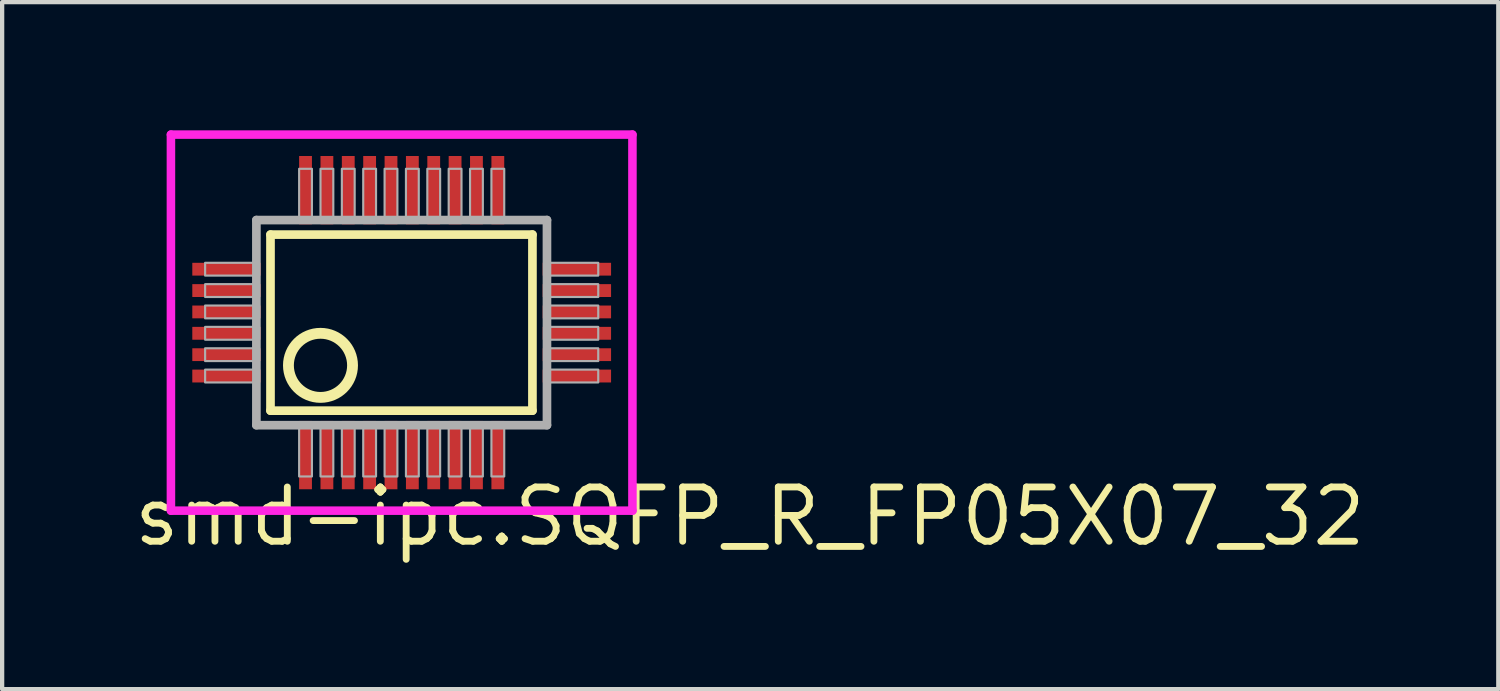
<source format=kicad_pcb>
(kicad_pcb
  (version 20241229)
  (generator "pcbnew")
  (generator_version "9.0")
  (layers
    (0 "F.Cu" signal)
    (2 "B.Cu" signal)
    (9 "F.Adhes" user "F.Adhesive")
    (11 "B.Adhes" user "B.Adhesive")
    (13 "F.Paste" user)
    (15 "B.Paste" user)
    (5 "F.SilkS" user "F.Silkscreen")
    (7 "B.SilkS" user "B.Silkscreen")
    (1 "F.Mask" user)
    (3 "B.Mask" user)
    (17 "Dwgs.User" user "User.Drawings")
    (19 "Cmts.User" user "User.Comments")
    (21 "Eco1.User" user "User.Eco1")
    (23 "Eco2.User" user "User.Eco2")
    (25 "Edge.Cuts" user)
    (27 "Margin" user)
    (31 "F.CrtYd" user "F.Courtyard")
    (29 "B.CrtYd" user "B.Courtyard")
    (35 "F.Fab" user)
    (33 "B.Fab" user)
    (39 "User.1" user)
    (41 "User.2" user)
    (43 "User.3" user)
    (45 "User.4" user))
  (footprint "smd-ipc.SQFP_R_FP05X07_32"
    (layer "F.Cu")
    (at 6.35 4.5)
    (property "Reference" "smd-ipc.SQFP_R_FP05X07_32" (at -6.35 5.28 0) (layer "F.SilkS") (effects (font (size 1.27 1.27) (thickness 0.16)) (justify left bottom)))
    (attr smd)
    (fp_line (start -3.07 -2.06) (end 3.06 -2.06) (stroke (width 0.203) (type default)) (layer "F.SilkS"))
    (fp_line (start -3.07 2.06) (end -3.07 -2.06) (stroke (width 0.203) (type default)) (layer "F.SilkS"))
    (fp_line (start 3.06 -2.06) (end 3.06 2.06) (stroke (width 0.203) (type default)) (layer "F.SilkS"))
    (fp_line (start 3.06 2.06) (end -3.07 2.06) (stroke (width 0.203) (type default)) (layer "F.SilkS"))
    (fp_circle (center -1.9 1) (end -1.15 1) (stroke (width 0.254) (type default)) (fill no) (layer "F.SilkS"))
    (fp_line (start -5.4 -4.4) (end 5.4 -4.4) (stroke (width 0.2) (type default)) (layer "F.CrtYd"))
    (fp_line (start -5.4 4.4) (end -5.4 -4.4) (stroke (width 0.2) (type default)) (layer "F.CrtYd"))
    (fp_line (start 5.4 -4.4) (end 5.4 4.4) (stroke (width 0.2) (type default)) (layer "F.CrtYd"))
    (fp_line (start 5.4 4.4) (end -5.4 4.4) (stroke (width 0.2) (type default)) (layer "F.CrtYd"))
    (fp_line (start -3.4 -2.4) (end -3.4 2.4) (stroke (width 0.203) (type default)) (layer "F.Fab"))
    (fp_line (start -3.4 2.4) (end 3.4 2.4) (stroke (width 0.203) (type default)) (layer "F.Fab"))
    (fp_line (start 3.4 -2.4) (end -3.4 -2.4) (stroke (width 0.203) (type default)) (layer "F.Fab"))
    (fp_line (start 3.4 2.4) (end 3.4 -2.4) (stroke (width 0.203) (type default)) (layer "F.Fab"))
    (fp_rect (start -4.6 -1.1) (end -3.4 -1.4) (stroke (width 0.05) (type default)) (fill no) (layer "F.Fab"))
    (fp_rect (start -4.6 -0.6) (end -3.4 -0.9) (stroke (width 0.05) (type default)) (fill no) (layer "F.Fab"))
    (fp_rect (start -4.6 -0.1) (end -3.4 -0.4) (stroke (width 0.05) (type default)) (fill no) (layer "F.Fab"))
    (fp_rect (start -4.6 0.4) (end -3.4 0.1) (stroke (width 0.05) (type default)) (fill no) (layer "F.Fab"))
    (fp_rect (start -4.6 0.9) (end -3.4 0.6) (stroke (width 0.05) (type default)) (fill no) (layer "F.Fab"))
    (fp_rect (start -4.6 1.4) (end -3.4 1.1) (stroke (width 0.05) (type default)) (fill no) (layer "F.Fab"))
    (fp_rect (start -2.4 -2.45) (end -2.1 -3.6) (stroke (width 0.05) (type default)) (fill no) (layer "F.Fab"))
    (fp_rect (start -2.4 3.6) (end -2.1 2.45) (stroke (width 0.05) (type default)) (fill no) (layer "F.Fab"))
    (fp_rect (start -1.9 -2.45) (end -1.6 -3.6) (stroke (width 0.05) (type default)) (fill no) (layer "F.Fab"))
    (fp_rect (start -1.9 3.6) (end -1.6 2.45) (stroke (width 0.05) (type default)) (fill no) (layer "F.Fab"))
    (fp_rect (start -1.4 -2.45) (end -1.1 -3.6) (stroke (width 0.05) (type default)) (fill no) (layer "F.Fab"))
    (fp_rect (start -1.4 3.6) (end -1.1 2.45) (stroke (width 0.05) (type default)) (fill no) (layer "F.Fab"))
    (fp_rect (start -0.9 -2.45) (end -0.6 -3.6) (stroke (width 0.05) (type default)) (fill no) (layer "F.Fab"))
    (fp_rect (start -0.9 3.6) (end -0.6 2.45) (stroke (width 0.05) (type default)) (fill no) (layer "F.Fab"))
    (fp_rect (start -0.4 -2.45) (end -0.1 -3.6) (stroke (width 0.05) (type default)) (fill no) (layer "F.Fab"))
    (fp_rect (start -0.4 3.6) (end -0.1 2.45) (stroke (width 0.05) (type default)) (fill no) (layer "F.Fab"))
    (fp_rect (start 0.1 -2.45) (end 0.4 -3.6) (stroke (width 0.05) (type default)) (fill no) (layer "F.Fab"))
    (fp_rect (start 0.1 3.6) (end 0.4 2.45) (stroke (width 0.05) (type default)) (fill no) (layer "F.Fab"))
    (fp_rect (start 0.6 -2.45) (end 0.9 -3.6) (stroke (width 0.05) (type default)) (fill no) (layer "F.Fab"))
    (fp_rect (start 0.6 3.6) (end 0.9 2.45) (stroke (width 0.05) (type default)) (fill no) (layer "F.Fab"))
    (fp_rect (start 1.1 -2.45) (end 1.4 -3.6) (stroke (width 0.05) (type default)) (fill no) (layer "F.Fab"))
    (fp_rect (start 1.1 3.6) (end 1.4 2.45) (stroke (width 0.05) (type default)) (fill no) (layer "F.Fab"))
    (fp_rect (start 1.6 -2.45) (end 1.9 -3.6) (stroke (width 0.05) (type default)) (fill no) (layer "F.Fab"))
    (fp_rect (start 1.6 3.6) (end 1.9 2.45) (stroke (width 0.05) (type default)) (fill no) (layer "F.Fab"))
    (fp_rect (start 2.1 -2.45) (end 2.4 -3.6) (stroke (width 0.05) (type default)) (fill no) (layer "F.Fab"))
    (fp_rect (start 2.1 3.6) (end 2.4 2.45) (stroke (width 0.05) (type default)) (fill no) (layer "F.Fab"))
    (fp_rect (start 3.4 -1.1) (end 4.6 -1.4) (stroke (width 0.05) (type default)) (fill no) (layer "F.Fab"))
    (fp_rect (start 3.4 -0.6) (end 4.6 -0.9) (stroke (width 0.05) (type default)) (fill no) (layer "F.Fab"))
    (fp_rect (start 3.4 -0.1) (end 4.6 -0.4) (stroke (width 0.05) (type default)) (fill no) (layer "F.Fab"))
    (fp_rect (start 3.4 0.4) (end 4.6 0.1) (stroke (width 0.05) (type default)) (fill no) (layer "F.Fab"))
    (fp_rect (start 3.4 0.9) (end 4.6 0.6) (stroke (width 0.05) (type default)) (fill no) (layer "F.Fab"))
    (fp_rect (start 3.4 1.4) (end 4.6 1.1) (stroke (width 0.05) (type default)) (fill no) (layer "F.Fab"))
    (pad "1" smd roundrect (at -2.25 3.1) (size 0.3 1.6) (layers "F.Cu" "F.Mask" "F.Paste") (roundrect_rratio 0.01))
    (pad "2" smd roundrect (at -1.75 3.1) (size 0.3 1.6) (layers "F.Cu" "F.Mask" "F.Paste") (roundrect_rratio 0.01))
    (pad "3" smd roundrect (at -1.25 3.1) (size 0.3 1.6) (layers "F.Cu" "F.Mask" "F.Paste") (roundrect_rratio 0.01))
    (pad "4" smd roundrect (at -0.75 3.1) (size 0.3 1.6) (layers "F.Cu" "F.Mask" "F.Paste") (roundrect_rratio 0.01))
    (pad "5" smd roundrect (at -0.25 3.1) (size 0.3 1.6) (layers "F.Cu" "F.Mask" "F.Paste") (roundrect_rratio 0.01))
    (pad "6" smd roundrect (at 0.25 3.1) (size 0.3 1.6) (layers "F.Cu" "F.Mask" "F.Paste") (roundrect_rratio 0.01))
    (pad "7" smd roundrect (at 0.75 3.1) (size 0.3 1.6) (layers "F.Cu" "F.Mask" "F.Paste") (roundrect_rratio 0.01))
    (pad "8" smd roundrect (at 1.25 3.1) (size 0.3 1.6) (layers "F.Cu" "F.Mask" "F.Paste") (roundrect_rratio 0.01))
    (pad "9" smd roundrect (at 1.75 3.1) (size 0.3 1.6) (layers "F.Cu" "F.Mask" "F.Paste") (roundrect_rratio 0.01))
    (pad "10" smd roundrect (at 2.25 3.1) (size 0.3 1.6) (layers "F.Cu" "F.Mask" "F.Paste") (roundrect_rratio 0.01))
    (pad "11" smd roundrect (at 4.1 1.25) (size 1.6 0.3) (layers "F.Cu" "F.Mask" "F.Paste") (roundrect_rratio 0.01))
    (pad "12" smd roundrect (at 4.1 0.75) (size 1.6 0.3) (layers "F.Cu" "F.Mask" "F.Paste") (roundrect_rratio 0.01))
    (pad "13" smd roundrect (at 4.1 0.25) (size 1.6 0.3) (layers "F.Cu" "F.Mask" "F.Paste") (roundrect_rratio 0.01))
    (pad "14" smd roundrect (at 4.1 -0.25) (size 1.6 0.3) (layers "F.Cu" "F.Mask" "F.Paste") (roundrect_rratio 0.01))
    (pad "15" smd roundrect (at 4.1 -0.75) (size 1.6 0.3) (layers "F.Cu" "F.Mask" "F.Paste") (roundrect_rratio 0.01))
    (pad "16" smd roundrect (at 4.1 -1.25) (size 1.6 0.3) (layers "F.Cu" "F.Mask" "F.Paste") (roundrect_rratio 0.01))
    (pad "17" smd roundrect (at 2.25 -3.1) (size 0.3 1.6) (layers "F.Cu" "F.Mask" "F.Paste") (roundrect_rratio 0.01))
    (pad "18" smd roundrect (at 1.75 -3.1) (size 0.3 1.6) (layers "F.Cu" "F.Mask" "F.Paste") (roundrect_rratio 0.01))
    (pad "19" smd roundrect (at 1.25 -3.1) (size 0.3 1.6) (layers "F.Cu" "F.Mask" "F.Paste") (roundrect_rratio 0.01))
    (pad "20" smd roundrect (at 0.75 -3.1) (size 0.3 1.6) (layers "F.Cu" "F.Mask" "F.Paste") (roundrect_rratio 0.01))
    (pad "21" smd roundrect (at 0.25 -3.1) (size 0.3 1.6) (layers "F.Cu" "F.Mask" "F.Paste") (roundrect_rratio 0.01))
    (pad "22" smd roundrect (at -0.25 -3.1) (size 0.3 1.6) (layers "F.Cu" "F.Mask" "F.Paste") (roundrect_rratio 0.01))
    (pad "23" smd roundrect (at -0.75 -3.1) (size 0.3 1.6) (layers "F.Cu" "F.Mask" "F.Paste") (roundrect_rratio 0.01))
    (pad "24" smd roundrect (at -1.25 -3.1) (size 0.3 1.6) (layers "F.Cu" "F.Mask" "F.Paste") (roundrect_rratio 0.01))
    (pad "25" smd roundrect (at -1.75 -3.1) (size 0.3 1.6) (layers "F.Cu" "F.Mask" "F.Paste") (roundrect_rratio 0.01))
    (pad "26" smd roundrect (at -2.25 -3.1) (size 0.3 1.6) (layers "F.Cu" "F.Mask" "F.Paste") (roundrect_rratio 0.01))
    (pad "27" smd roundrect (at -4.1 -1.25) (size 1.6 0.3) (layers "F.Cu" "F.Mask" "F.Paste") (roundrect_rratio 0.01))
    (pad "28" smd roundrect (at -4.1 -0.75) (size 1.6 0.3) (layers "F.Cu" "F.Mask" "F.Paste") (roundrect_rratio 0.01))
    (pad "29" smd roundrect (at -4.1 -0.25) (size 1.6 0.3) (layers "F.Cu" "F.Mask" "F.Paste") (roundrect_rratio 0.01))
    (pad "30" smd roundrect (at -4.1 0.25) (size 1.6 0.3) (layers "F.Cu" "F.Mask" "F.Paste") (roundrect_rratio 0.01))
    (pad "31" smd roundrect (at -4.1 0.75) (size 1.6 0.3) (layers "F.Cu" "F.Mask" "F.Paste") (roundrect_rratio 0.01))
    (pad "32" smd roundrect (at -4.1 1.25) (size 1.6 0.3) (layers "F.Cu" "F.Mask" "F.Paste") (roundrect_rratio 0.01)))
  (gr_rect
    (start -3 -3)
    (end 32.013 13.077)
    (stroke (width 0.1) (type default))
    (fill no)
    (layer "Edge.Cuts")))
</source>
